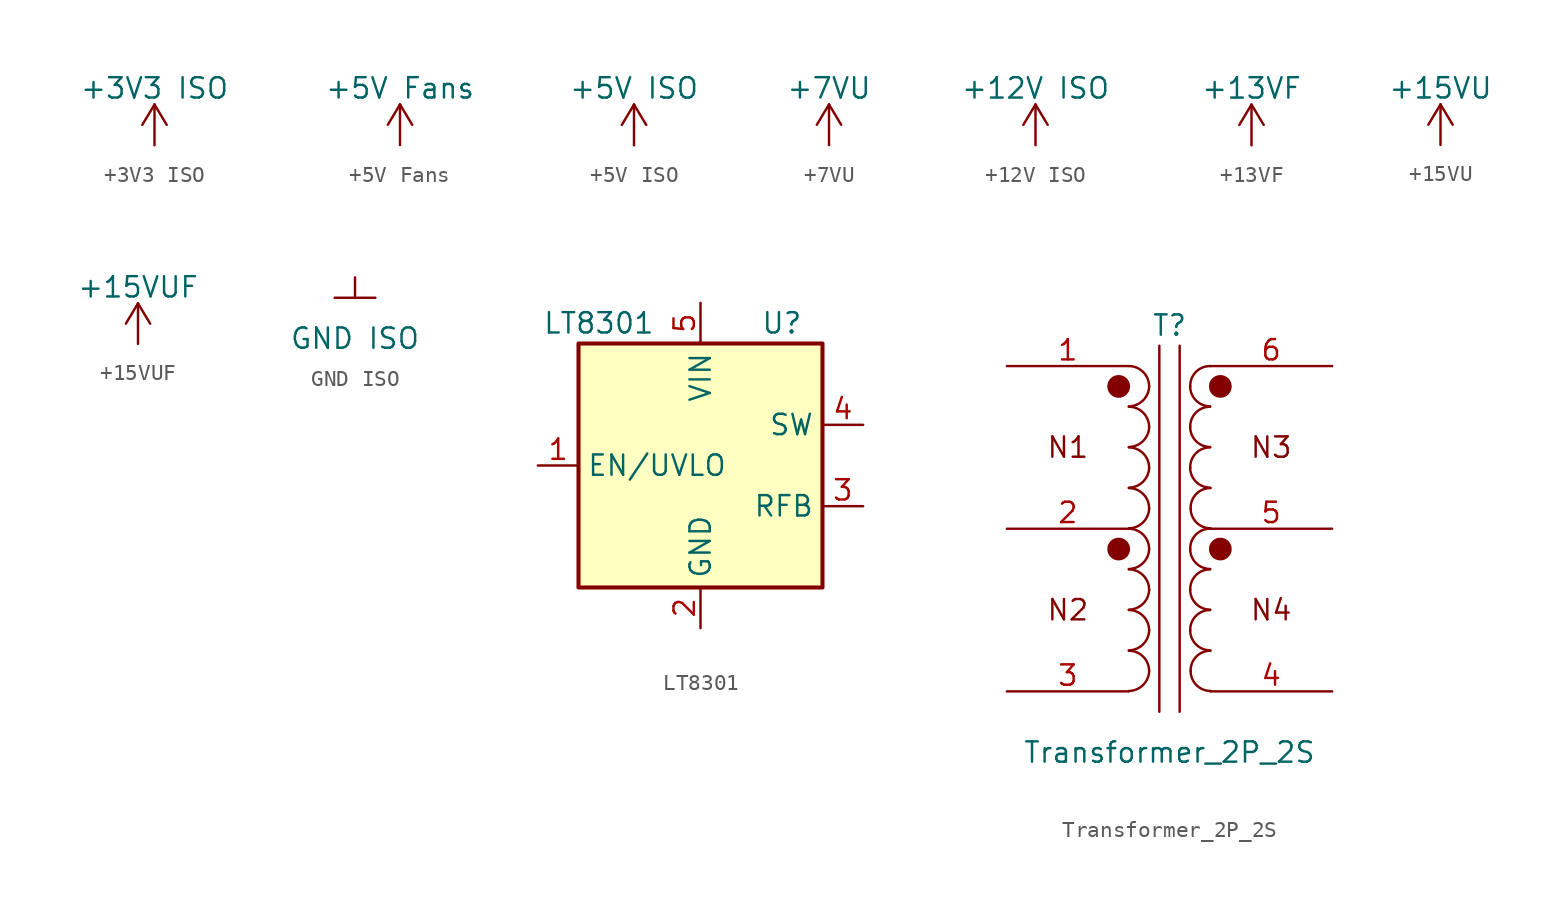
<source format=kicad_sym>
(kicad_symbol_lib
  (version 20220914)
  (generator kicad_symbol_editor)
  (symbol "+3V3 ISO"
    (power)
    (pin_names
      (offset 0))
    (property "Reference" "#PWR"
      (at 0 -3.81 0)
      (effects (font (size 1.27 1.27)) hide))
    (property "Value" "+3V3 ISO"
      (at 0 3.556 0)
      (effects (font (size 1.27 1.27))))
    (symbol "+3V3 ISO_0_1"
      (polyline (pts (xy -0.762 1.27) (xy 0 2.54)) (stroke (width 0) (type default)) (fill (type none)))
      (polyline (pts (xy 0 0) (xy 0 2.54)) (stroke (width 0) (type default)) (fill (type none)))
      (polyline (pts (xy 0 2.54) (xy 0.762 1.27)) (stroke (width 0) (type default)) (fill (type none))))
    (symbol "+3V3 ISO_1_1"
      (pin power_in line (at 0 0 90) (length 0) hide (name "+3V3_ISO" (effects (font (size 1.27 1.27)))) (number "1" (effects (font (size 1.27 1.27)))))))
  (symbol "+5V Fans"
    (power)
    (pin_names
      (offset 0))
    (property "Reference" "#PWR"
      (at 0 -3.81 0)
      (effects (font (size 1.27 1.27)) hide))
    (property "Value" "+5V Fans"
      (at 0 3.556 0)
      (effects (font (size 1.27 1.27))))
    (symbol "+5V Fans_0_1"
      (polyline (pts (xy -0.762 1.27) (xy 0 2.54)) (stroke (width 0) (type default)) (fill (type none)))
      (polyline (pts (xy 0 0) (xy 0 2.54)) (stroke (width 0) (type default)) (fill (type none)))
      (polyline (pts (xy 0 2.54) (xy 0.762 1.27)) (stroke (width 0) (type default)) (fill (type none))))
    (symbol "+5V Fans_1_1"
      (pin power_in line (at 0 0 90) (length 0) hide (name "+5V_FANS" (effects (font (size 1.27 1.27)))) (number "1" (effects (font (size 1.27 1.27)))))))
  (symbol "+5V ISO"
    (power)
    (pin_names
      (offset 0))
    (property "Reference" "#PWR"
      (at 0 -3.81 0)
      (effects (font (size 1.27 1.27)) hide))
    (property "Value" "+5V ISO"
      (at 0 3.556 0)
      (effects (font (size 1.27 1.27))))
    (symbol "+5V ISO_0_1"
      (polyline (pts (xy -0.762 1.27) (xy 0 2.54)) (stroke (width 0) (type default)) (fill (type none)))
      (polyline (pts (xy 0 0) (xy 0 2.54)) (stroke (width 0) (type default)) (fill (type none)))
      (polyline (pts (xy 0 2.54) (xy 0.762 1.27)) (stroke (width 0) (type default)) (fill (type none))))
    (symbol "+5V ISO_1_1"
      (pin power_in line (at 0 0 90) (length 0) hide (name "+5V_ISO" (effects (font (size 1.27 1.27)))) (number "1" (effects (font (size 1.27 1.27)))))))
  (symbol "+7VU"
    (power)
    (pin_names
      (offset 0))
    (property "Reference" "#PWR"
      (at 0 -3.81 0)
      (effects (font (size 1.27 1.27)) hide))
    (property "Value" "+7VU"
      (at 0 3.556 0)
      (effects (font (size 1.27 1.27))))
    (symbol "+7VU_0_1"
      (polyline (pts (xy -0.762 1.27) (xy 0 2.54)) (stroke (width 0) (type default)) (fill (type none)))
      (polyline (pts (xy 0 0) (xy 0 2.54)) (stroke (width 0) (type default)) (fill (type none)))
      (polyline (pts (xy 0 2.54) (xy 0.762 1.27)) (stroke (width 0) (type default)) (fill (type none))))
    (symbol "+7VU_1_1"
      (pin power_in line (at 0 0 90) (length 0) hide (name "+7VU" (effects (font (size 1.27 1.27)))) (number "1" (effects (font (size 1.27 1.27)))))))
  (symbol "+12V ISO"
    (power)
    (pin_names
      (offset 0))
    (property "Reference" "#PWR"
      (at 0 -3.81 0)
      (effects (font (size 1.27 1.27)) hide))
    (property "Value" "+12V ISO"
      (at 0 3.556 0)
      (effects (font (size 1.27 1.27))))
    (symbol "+12V ISO_0_1"
      (polyline (pts (xy -0.762 1.27) (xy 0 2.54)) (stroke (width 0) (type default)) (fill (type none)))
      (polyline (pts (xy 0 0) (xy 0 2.54)) (stroke (width 0) (type default)) (fill (type none)))
      (polyline (pts (xy 0 2.54) (xy 0.762 1.27)) (stroke (width 0) (type default)) (fill (type none))))
    (symbol "+12V ISO_1_1"
      (pin power_in line (at 0 0 90) (length 0) hide (name "+12V_ISO" (effects (font (size 1.27 1.27)))) (number "1" (effects (font (size 1.27 1.27)))))))
  (symbol "+13VF"
    (power)
    (pin_names
      (offset 0))
    (property "Reference" "#PWR"
      (at 0 -3.81 0)
      (effects (font (size 1.27 1.27)) hide))
    (property "Value" "+13VF"
      (at 0 3.556 0)
      (effects (font (size 1.27 1.27))))
    (symbol "+13VF_0_1"
      (polyline (pts (xy -0.762 1.27) (xy 0 2.54)) (stroke (width 0) (type default)) (fill (type none)))
      (polyline (pts (xy 0 0) (xy 0 2.54)) (stroke (width 0) (type default)) (fill (type none)))
      (polyline (pts (xy 0 2.54) (xy 0.762 1.27)) (stroke (width 0) (type default)) (fill (type none))))
    (symbol "+13VF_1_1"
      (pin power_in line (at 0 0 90) (length 0) hide (name "+13VF" (effects (font (size 1.27 1.27)))) (number "1" (effects (font (size 1.27 1.27)))))))
  (symbol "+15VU"
    (power)
    (pin_names
      (offset 0))
    (property "Reference" "#PWR"
      (at 0 -3.81 0)
      (effects (font (size 1.27 1.27)) hide))
    (property "Value" "+15VU"
      (at 0 3.556 0)
      (effects (font (size 1.27 1.27))))
    (symbol "+15VU_0_1"
      (polyline (pts (xy -0.762 1.27) (xy 0 2.54)) (stroke (width 0) (type default)) (fill (type none)))
      (polyline (pts (xy 0 0) (xy 0 2.54)) (stroke (width 0) (type default)) (fill (type none)))
      (polyline (pts (xy 0 2.54) (xy 0.762 1.27)) (stroke (width 0) (type default)) (fill (type none))))
    (symbol "+15VU_1_1"
      (pin power_in line (at 0 0 90) (length 0) hide (name "+15VU" (effects (font (size 1.27 1.27)))) (number "1" (effects (font (size 1.27 1.27)))))))
  (symbol "+15VUF"
    (power)
    (pin_names
      (offset 0))
    (property "Reference" "#PWR"
      (at 0 -3.81 0)
      (effects (font (size 1.27 1.27)) hide))
    (property "Value" "+15VUF"
      (at 0 3.556 0)
      (effects (font (size 1.27 1.27))))
    (symbol "+15VUF_0_1"
      (polyline (pts (xy -0.762 1.27) (xy 0 2.54)) (stroke (width 0) (type default)) (fill (type none)))
      (polyline (pts (xy 0 0) (xy 0 2.54)) (stroke (width 0) (type default)) (fill (type none)))
      (polyline (pts (xy 0 2.54) (xy 0.762 1.27)) (stroke (width 0) (type default)) (fill (type none))))
    (symbol "+15VUF_1_1"
      (pin power_in line (at 0 0 90) (length 0) hide (name "+15VUF" (effects (font (size 1.27 1.27)))) (number "1" (effects (font (size 1.27 1.27)))))))
  (symbol "GND ISO"
    (power)
    (pin_names
      (offset 0))
    (property "Reference" "#PWR"
      (at 0 -6.35 0)
      (effects (font (size 1.27 1.27)) hide))
    (property "Value" "GND ISO"
      (at 0 -3.81 0)
      (effects (font (size 1.27 1.27))))
    (symbol "GND ISO_0_1"
      (polyline (pts (xy 0 0) (xy 0 -1.27) (xy 1.27 -1.27) (xy 0 -1.27) (xy -1.27 -1.27) (xy 0 -1.27)) (stroke (width 0) (type default)) (fill (type none))))
    (symbol "GND ISO_1_1"
      (pin power_in line (at 0 0 270) (length 0) hide (name "GND_ISO" (effects (font (size 1.27 1.27)))) (number "1" (effects (font (size 1.27 1.27)))))))
  (symbol "LT8301"
    (property "Reference" "U"
      (at 5.08 8.89 0)
      (effects (font (size 1.27 1.27))))
    (property "Value" "LT8301"
      (at -6.35 8.89 0)
      (effects (font (size 1.27 1.27))))
    (symbol "LT8301_0_1"
      (rectangle (start 7.62 7.62) (end -7.62 -7.62) (stroke (width 0.254) (type default)) (fill (type background))))
    (symbol "LT8301_1_1"
      (pin input line (at -10.16 0 0) (length 2.54) (name "EN/UVLO" (effects (font (size 1.27 1.27)))) (number "1" (effects (font (size 1.27 1.27)))))
      (pin power_in line (at 0 -10.16 90) (length 2.54) (name "GND" (effects (font (size 1.27 1.27)))) (number "2" (effects (font (size 1.27 1.27)))))
      (pin input line (at 10.16 -2.54 180) (length 2.54) (name "RFB" (effects (font (size 1.27 1.27)))) (number "3" (effects (font (size 1.27 1.27)))))
      (pin open_collector line (at 10.16 2.54 180) (length 2.54) (name "SW" (effects (font (size 1.27 1.27)))) (number "4" (effects (font (size 1.27 1.27)))))
      (pin power_in line (at 0 10.16 270) (length 2.54) (name "VIN" (effects (font (size 1.27 1.27)))) (number "5" (effects (font (size 1.27 1.27)))))))
  (symbol "Transformer_2P_2S"
    (pin_names
      (offset 1.016) hide)
    (property "Reference" "T"
      (at 0 12.7 0)
      (effects (font (size 1.27 1.27))))
    (property "Value" "Transformer_2P_2S"
      (at 0 -13.97 0)
      (effects (font (size 1.27 1.27))))
    (symbol "Transformer_2P_2S_0_1"
      (arc (start -2.54 -10.1346) (mid -1.6561 -9.7663) (end -1.27 -8.89) (stroke (width 0) (type default)) (fill (type none)))
      (arc (start -2.54 -7.5946) (mid -1.6561 -7.2263) (end -1.27 -6.35) (stroke (width 0) (type default)) (fill (type none)))
      (arc (start -2.54 -5.0546) (mid -1.6561 -4.6863) (end -1.27 -3.81) (stroke (width 0) (type default)) (fill (type none)))
      (arc (start -2.54 -2.5146) (mid -1.6561 -2.1463) (end -1.27 -1.27) (stroke (width 0) (type default)) (fill (type none)))
      (arc (start -2.54 0.0254) (mid -1.6561 0.3937) (end -1.27 1.27) (stroke (width 0) (type default)) (fill (type none)))
      (arc (start -2.54 2.5654) (mid -1.6561 2.9337) (end -1.27 3.81) (stroke (width 0) (type default)) (fill (type none)))
      (arc (start -2.54 5.1054) (mid -1.6561 5.4737) (end -1.27 6.35) (stroke (width 0) (type default)) (fill (type none)))
      (arc (start -2.54 7.6454) (mid -1.6561 8.0137) (end -1.27 8.89) (stroke (width 0) (type default)) (fill (type none)))
      (arc (start -1.27 -8.89) (mid -1.642 -7.992) (end -2.54 -7.62) (stroke (width 0) (type default)) (fill (type none)))
      (arc (start -1.27 -6.35) (mid -1.642 -5.452) (end -2.54 -5.08) (stroke (width 0) (type default)) (fill (type none)))
      (arc (start -1.27 -3.81) (mid -1.642 -2.912) (end -2.54 -2.54) (stroke (width 0) (type default)) (fill (type none)))
      (arc (start -1.27 -1.27) (mid -1.642 -0.372) (end -2.54 0) (stroke (width 0) (type default)) (fill (type none)))
      (arc (start -1.27 1.27) (mid -1.642 2.168) (end -2.54 2.54) (stroke (width 0) (type default)) (fill (type none)))
      (arc (start -1.27 3.81) (mid -1.642 4.708) (end -2.54 5.08) (stroke (width 0) (type default)) (fill (type none)))
      (arc (start -1.27 6.35) (mid -1.642 7.248) (end -2.54 7.62) (stroke (width 0) (type default)) (fill (type none)))
      (arc (start -1.27 8.89) (mid -1.642 9.788) (end -2.54 10.16) (stroke (width 0) (type default)) (fill (type none)))
      (polyline (pts (xy -0.635 11.43) (xy -0.635 -11.43)) (stroke (width 0) (type default)) (fill (type none)))
      (polyline (pts (xy 0.635 -11.43) (xy 0.635 11.43)) (stroke (width 0) (type default)) (fill (type none)))
      (arc (start 1.2954 -6.35) (mid 1.6599 -7.2301) (end 2.54 -7.5946) (stroke (width 0) (type default)) (fill (type none)))
      (arc (start 1.2954 -3.81) (mid 1.6599 -4.6901) (end 2.54 -5.0546) (stroke (width 0) (type default)) (fill (type none)))
      (arc (start 1.2954 -1.27) (mid 1.6599 -2.1501) (end 2.54 -2.5146) (stroke (width 0) (type default)) (fill (type none)))
      (arc (start 1.2954 3.81) (mid 1.6599 2.9299) (end 2.54 2.5654) (stroke (width 0) (type default)) (fill (type none)))
      (arc (start 1.2954 6.35) (mid 1.6599 5.4699) (end 2.54 5.1054) (stroke (width 0) (type default)) (fill (type none)))
      (arc (start 1.2954 8.89) (mid 1.6599 8.0099) (end 2.54 7.6454) (stroke (width 0) (type default)) (fill (type none)))
      (arc (start 1.3208 -8.89) (mid 1.6855 -9.7699) (end 2.5654 -10.1346) (stroke (width 0) (type default)) (fill (type none)))
      (arc (start 1.3208 1.27) (mid 1.6855 0.3901) (end 2.5654 0.0254) (stroke (width 0) (type default)) (fill (type none)))
      (arc (start 2.54 -5.08) (mid 1.6458 -5.4485) (end 1.2954 -6.35) (stroke (width 0) (type default)) (fill (type none)))
      (arc (start 2.54 -2.54) (mid 1.6458 -2.9085) (end 1.2954 -3.81) (stroke (width 0) (type default)) (fill (type none)))
      (arc (start 2.54 0) (mid 1.6458 -0.3685) (end 1.2954 -1.27) (stroke (width 0) (type default)) (fill (type none)))
      (arc (start 2.54 5.08) (mid 1.6458 4.7115) (end 1.2954 3.81) (stroke (width 0) (type default)) (fill (type none)))
      (arc (start 2.54 7.62) (mid 1.6458 7.2515) (end 1.2954 6.35) (stroke (width 0) (type default)) (fill (type none)))
      (arc (start 2.54 10.16) (mid 1.6458 9.7915) (end 1.2954 8.89) (stroke (width 0) (type default)) (fill (type none)))
      (arc (start 2.5654 -7.62) (mid 1.6709 -7.9883) (end 1.3208 -8.89) (stroke (width 0) (type default)) (fill (type none)))
      (arc (start 2.5654 2.54) (mid 1.6709 2.1717) (end 1.3208 1.27) (stroke (width 0) (type default)) (fill (type none))))
    (symbol "Transformer_2P_2S_1_1"
      (circle (center -3.175 -1.27) (radius 0.635) (stroke (width 0) (type default)) (fill (type outline)))
      (circle (center -3.175 8.89) (radius 0.635) (stroke (width 0) (type default)) (fill (type outline)))
      (circle (center 3.175 -1.27) (radius 0.635) (stroke (width 0) (type default)) (fill (type outline)))
      (circle (center 3.175 8.89) (radius 0.635) (stroke (width 0) (type default)) (fill (type outline)))
      (text "N1" (at -6.35 5.08 0) (effects (font (size 1.27 1.27))))
      (text "N2" (at -6.35 -5.08 0) (effects (font (size 1.27 1.27))))
      (text "N3" (at 6.35 5.08 0) (effects (font (size 1.27 1.27))))
      (text "N4" (at 6.35 -5.08 0) (effects (font (size 1.27 1.27))))
      (pin passive line (at -10.16 10.16 0) (length 7.62) (name "N1-A" (effects (font (size 1.27 1.27)))) (number "1" (effects (font (size 1.27 1.27)))))
      (pin passive line (at -10.16 0 0) (length 7.62) (name "N2-A" (effects (font (size 1.27 1.27)))) (number "2" (effects (font (size 1.27 1.27)))))
      (pin passive line (at -10.16 -10.16 0) (length 7.62) (name "N2-B" (effects (font (size 1.27 1.27)))) (number "3" (effects (font (size 1.27 1.27)))))
      (pin passive line (at 10.16 -10.16 180) (length 7.62) (name "N4-B" (effects (font (size 1.27 1.27)))) (number "4" (effects (font (size 1.27 1.27)))))
      (pin passive line (at 10.16 0 180) (length 7.62) (name "N4-A" (effects (font (size 1.27 1.27)))) (number "5" (effects (font (size 1.27 1.27)))))
      (pin passive line (at 10.16 10.16 180) (length 7.62) (name "N3-A" (effects (font (size 1.27 1.27)))) (number "6" (effects (font (size 1.27 1.27))))))))
</source>
